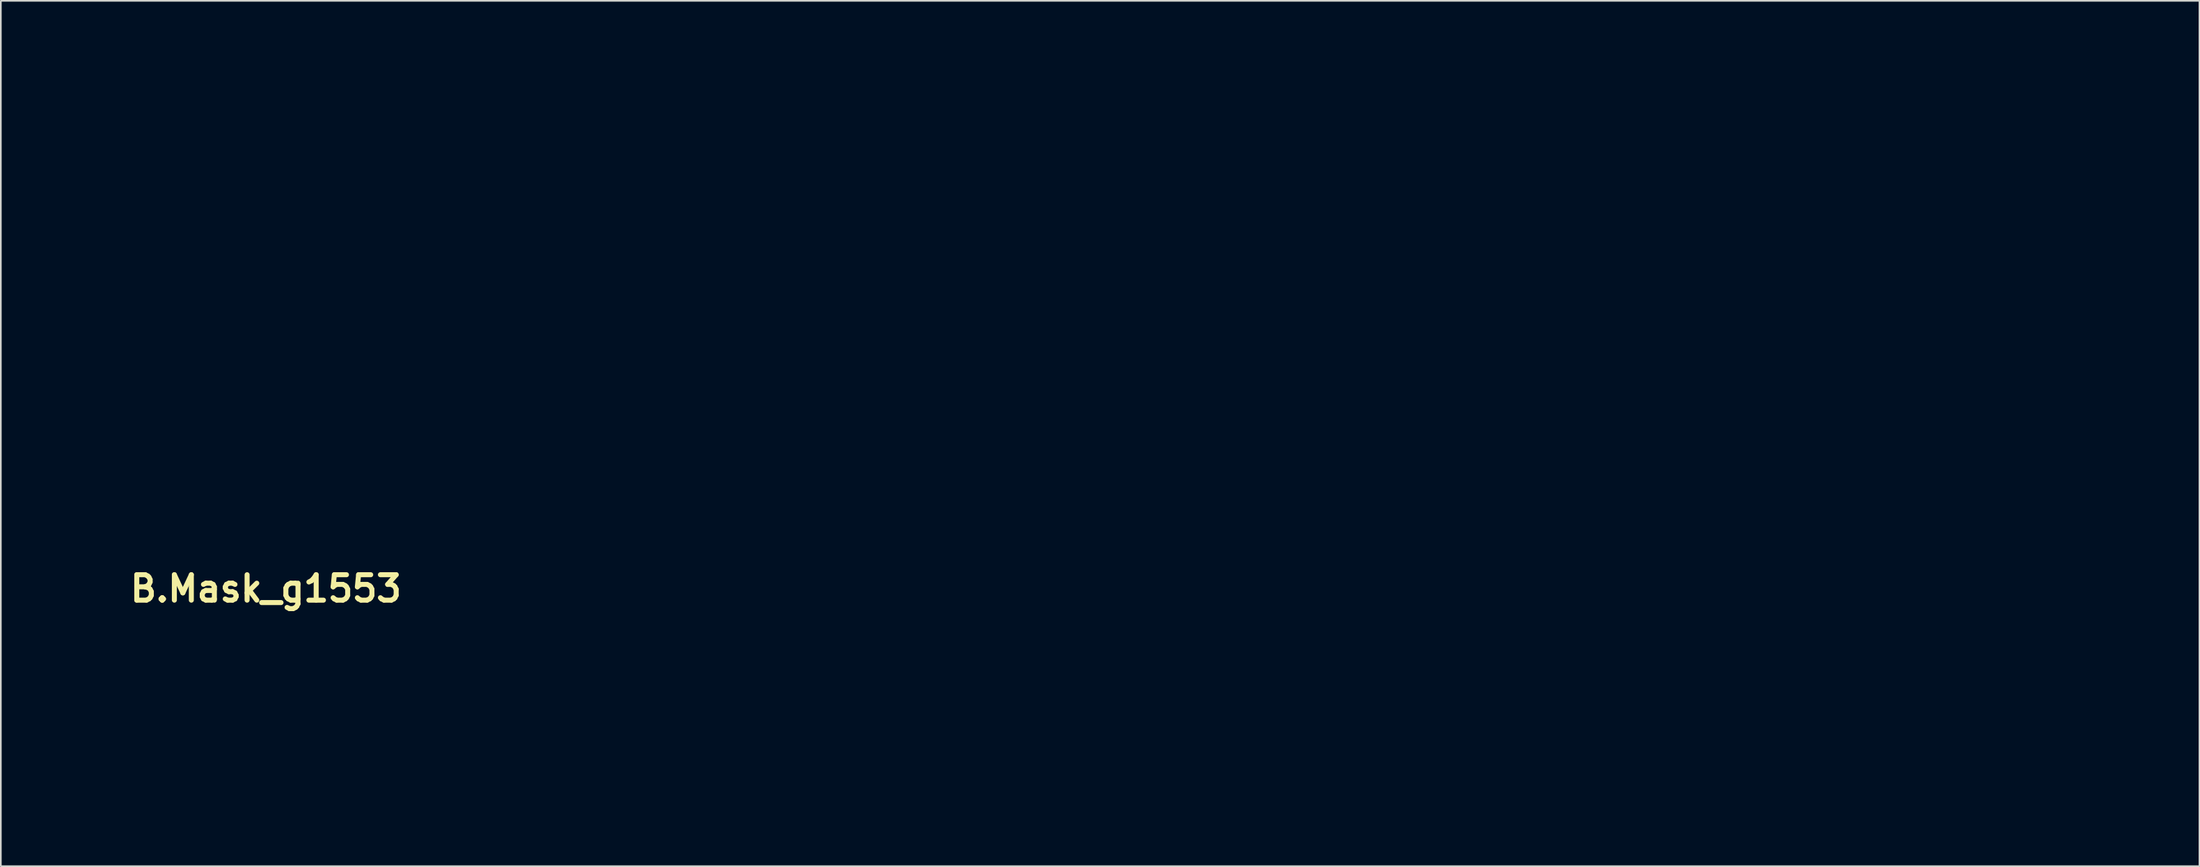
<source format=kicad_pcb>
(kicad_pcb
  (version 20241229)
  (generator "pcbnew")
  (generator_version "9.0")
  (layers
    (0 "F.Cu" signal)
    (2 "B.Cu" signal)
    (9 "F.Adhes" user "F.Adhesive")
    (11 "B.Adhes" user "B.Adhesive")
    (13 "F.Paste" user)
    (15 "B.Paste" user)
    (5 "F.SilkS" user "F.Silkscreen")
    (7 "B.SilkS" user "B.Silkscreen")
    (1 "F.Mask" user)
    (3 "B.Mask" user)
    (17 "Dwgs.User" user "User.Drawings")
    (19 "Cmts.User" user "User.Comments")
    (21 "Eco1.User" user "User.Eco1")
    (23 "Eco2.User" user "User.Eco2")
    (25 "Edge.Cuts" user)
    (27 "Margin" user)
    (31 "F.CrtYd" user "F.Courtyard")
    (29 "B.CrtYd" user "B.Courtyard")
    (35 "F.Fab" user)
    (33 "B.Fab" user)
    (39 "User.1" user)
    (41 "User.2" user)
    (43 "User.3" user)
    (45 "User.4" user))
  (footprint "B.Mask_g1553"
    (layer "F.Cu")
    (at 12.869 32.231)
    (property "Reference" "B.Mask_g1553" (at 0 0 0) (layer "F.SilkS") (effects (font (size 1.524 1.524) (thickness 0.3))))
    (attr through_hole)
    (fp_poly (pts (xy -11.912 10.923) (xy -11.77 10.985) (xy -11.643 11.076) (xy -11.536 11.194) (xy -11.455 11.339) (xy -11.418 11.45) (xy -11.395 11.62) (xy -11.413 11.786) (xy -11.466 11.943) (xy -11.554 12.084) (xy -11.673 12.204) (xy -11.802 12.287) (xy -11.88 12.322) (xy -11.954 12.342) (xy -12.045 12.352) (xy -12.094 12.355) (xy -12.211 12.354) (xy -12.31 12.343) (xy -12.354 12.332) (xy -12.508 12.262) (xy -12.636 12.163) (xy -12.737 12.041) (xy -12.81 11.902) (xy -12.853 11.751) (xy -12.864 11.596) (xy -12.843 11.44) (xy -12.787 11.291) (xy -12.696 11.153) (xy -12.654 11.107) (xy -12.519 11) (xy -12.372 10.929) (xy -12.218 10.894) (xy -12.063 10.893) (xy -11.912 10.923)) (stroke (width 0.01) (type solid)) (fill yes) (layer "B.Mask"))
    (fp_poly (pts (xy 112.254 0.019) (xy 112.403 0.084) (xy 112.537 0.181) (xy 112.651 0.309) (xy 112.715 0.419) (xy 112.748 0.518) (xy 112.766 0.642) (xy 112.768 0.776) (xy 112.754 0.903) (xy 112.724 1.009) (xy 112.719 1.021) (xy 112.649 1.136) (xy 112.551 1.247) (xy 112.439 1.34) (xy 112.357 1.388) (xy 112.222 1.434) (xy 112.072 1.455) (xy 111.924 1.449) (xy 111.809 1.422) (xy 111.653 1.347) (xy 111.525 1.245) (xy 111.426 1.123) (xy 111.355 0.985) (xy 111.315 0.837) (xy 111.305 0.684) (xy 111.327 0.533) (xy 111.381 0.388) (xy 111.468 0.255) (xy 111.589 0.14) (xy 111.621 0.117) (xy 111.774 0.036) (xy 111.934 -0.006) (xy 112.096 -0.011) (xy 112.254 0.019)) (stroke (width 0.01) (type solid)) (fill yes) (layer "B.Mask"))
    (fp_poly (pts (xy -8.135 -6.85) (xy -7.983 -6.798) (xy -7.848 -6.709) (xy -7.769 -6.632) (xy -7.674 -6.509) (xy -7.613 -6.383) (xy -7.585 -6.242) (xy -7.582 -6.096) (xy -7.602 -5.938) (xy -7.648 -5.806) (xy -7.723 -5.687) (xy -7.789 -5.614) (xy -7.919 -5.514) (xy -8.07 -5.443) (xy -8.234 -5.406) (xy -8.4 -5.404) (xy -8.513 -5.426) (xy -8.666 -5.49) (xy -8.802 -5.591) (xy -8.916 -5.722) (xy -8.969 -5.81) (xy -9.014 -5.932) (xy -9.036 -6.075) (xy -9.034 -6.223) (xy -9.009 -6.361) (xy -8.996 -6.398) (xy -8.923 -6.537) (xy -8.817 -6.662) (xy -8.689 -6.764) (xy -8.61 -6.806) (xy -8.529 -6.84) (xy -8.456 -6.858) (xy -8.372 -6.866) (xy -8.308 -6.867) (xy -8.135 -6.85)) (stroke (width 0.01) (type solid)) (fill yes) (layer "B.Mask"))
    (fp_poly (pts (xy -3.044 -17) (xy -2.892 -16.936) (xy -2.753 -16.835) (xy -2.698 -16.78) (xy -2.606 -16.656) (xy -2.549 -16.524) (xy -2.524 -16.374) (xy -2.524 -16.256) (xy -2.532 -16.149) (xy -2.548 -16.068) (xy -2.575 -15.995) (xy -2.59 -15.964) (xy -2.688 -15.815) (xy -2.813 -15.699) (xy -2.96 -15.618) (xy -3.128 -15.573) (xy -3.217 -15.564) (xy -3.32 -15.565) (xy -3.412 -15.574) (xy -3.461 -15.586) (xy -3.625 -15.658) (xy -3.758 -15.758) (xy -3.864 -15.889) (xy -3.895 -15.942) (xy -3.933 -16.019) (xy -3.956 -16.085) (xy -3.968 -16.16) (xy -3.975 -16.256) (xy -3.97 -16.423) (xy -3.935 -16.567) (xy -3.867 -16.696) (xy -3.8 -16.78) (xy -3.67 -16.896) (xy -3.523 -16.976) (xy -3.365 -17.02) (xy -3.204 -17.028) (xy -3.044 -17)) (stroke (width 0.01) (type solid)) (fill yes) (layer "B.Mask"))
    (fp_poly (pts (xy -10.778 12.164) (xy -10.624 12.202) (xy -10.48 12.273) (xy -10.351 12.376) (xy -10.243 12.511) (xy -10.199 12.59) (xy -10.175 12.647) (xy -10.16 12.706) (xy -10.152 12.779) (xy -10.15 12.881) (xy -10.15 12.89) (xy -10.151 12.993) (xy -10.158 13.068) (xy -10.172 13.129) (xy -10.196 13.19) (xy -10.204 13.208) (xy -10.292 13.347) (xy -10.412 13.468) (xy -10.554 13.559) (xy -10.556 13.56) (xy -10.691 13.607) (xy -10.842 13.627) (xy -10.993 13.62) (xy -11.106 13.593) (xy -11.269 13.515) (xy -11.403 13.408) (xy -11.505 13.277) (xy -11.573 13.126) (xy -11.605 12.96) (xy -11.597 12.782) (xy -11.596 12.777) (xy -11.549 12.608) (xy -11.465 12.46) (xy -11.384 12.369) (xy -11.245 12.262) (xy -11.094 12.194) (xy -10.936 12.161) (xy -10.778 12.164)) (stroke (width 0.01) (type solid)) (fill yes) (layer "B.Mask"))
    (fp_poly (pts (xy 73.781 -13.274) (xy 73.942 -13.223) (xy 73.949 -13.22) (xy 74.086 -13.137) (xy 74.206 -13.025) (xy 74.298 -12.896) (xy 74.31 -12.872) (xy 74.339 -12.809) (xy 74.357 -12.752) (xy 74.366 -12.687) (xy 74.369 -12.6) (xy 74.369 -12.552) (xy 74.367 -12.444) (xy 74.359 -12.365) (xy 74.343 -12.301) (xy 74.323 -12.251) (xy 74.252 -12.135) (xy 74.155 -12.024) (xy 74.043 -11.931) (xy 73.961 -11.883) (xy 73.825 -11.837) (xy 73.675 -11.816) (xy 73.527 -11.822) (xy 73.412 -11.849) (xy 73.248 -11.928) (xy 73.114 -12.036) (xy 73.013 -12.169) (xy 72.946 -12.325) (xy 72.915 -12.502) (xy 72.913 -12.567) (xy 72.934 -12.733) (xy 72.99 -12.884) (xy 73.076 -13.015) (xy 73.187 -13.124) (xy 73.318 -13.208) (xy 73.464 -13.263) (xy 73.62 -13.286) (xy 73.781 -13.274)) (stroke (width 0.01) (type solid)) (fill yes) (layer "B.Mask"))
    (fp_poly (pts (xy 102.444 -9.456) (xy 102.597 -9.388) (xy 102.732 -9.284) (xy 102.842 -9.148) (xy 102.871 -9.098) (xy 102.906 -9.032) (xy 102.927 -8.978) (xy 102.939 -8.922) (xy 102.943 -8.851) (xy 102.944 -8.763) (xy 102.942 -8.66) (xy 102.936 -8.585) (xy 102.921 -8.524) (xy 102.897 -8.463) (xy 102.889 -8.445) (xy 102.804 -8.309) (xy 102.688 -8.19) (xy 102.554 -8.099) (xy 102.531 -8.088) (xy 102.413 -8.049) (xy 102.276 -8.028) (xy 102.137 -8.027) (xy 102.013 -8.046) (xy 101.981 -8.056) (xy 101.828 -8.131) (xy 101.697 -8.235) (xy 101.595 -8.362) (xy 101.554 -8.438) (xy 101.501 -8.604) (xy 101.486 -8.77) (xy 101.507 -8.93) (xy 101.56 -9.08) (xy 101.643 -9.214) (xy 101.753 -9.327) (xy 101.888 -9.414) (xy 102.045 -9.469) (xy 102.094 -9.479) (xy 102.274 -9.487) (xy 102.444 -9.456)) (stroke (width 0.01) (type solid)) (fill yes) (layer "B.Mask"))
    (fp_poly (pts (xy -1.878 -32.224) (xy -1.803 -32.216) (xy -1.74 -32.2) (xy -1.673 -32.172) (xy -1.668 -32.17) (xy -1.533 -32.086) (xy -1.414 -31.975) (xy -1.324 -31.846) (xy -1.313 -31.824) (xy -1.271 -31.701) (xy -1.251 -31.557) (xy -1.254 -31.409) (xy -1.279 -31.272) (xy -1.291 -31.237) (xy -1.367 -31.091) (xy -1.474 -30.967) (xy -1.605 -30.87) (xy -1.754 -30.802) (xy -1.913 -30.768) (xy -2.076 -30.77) (xy -2.151 -30.784) (xy -2.31 -30.845) (xy -2.453 -30.94) (xy -2.571 -31.062) (xy -2.653 -31.197) (xy -2.686 -31.305) (xy -2.702 -31.437) (xy -2.699 -31.576) (xy -2.679 -31.709) (xy -2.644 -31.814) (xy -2.558 -31.95) (xy -2.442 -32.07) (xy -2.307 -32.161) (xy -2.286 -32.171) (xy -2.219 -32.199) (xy -2.157 -32.216) (xy -2.082 -32.224) (xy -1.981 -32.226) (xy -1.979 -32.226) (xy -1.878 -32.224)) (stroke (width 0.01) (type solid)) (fill yes) (layer "B.Mask"))
    (fp_poly (pts (xy -8.229 12.164) (xy -8.156 12.171) (xy -8.095 12.187) (xy -8.031 12.214) (xy -8.019 12.22) (xy -7.875 12.311) (xy -7.753 12.432) (xy -7.667 12.561) (xy -7.622 12.687) (xy -7.601 12.832) (xy -7.604 12.983) (xy -7.631 13.125) (xy -7.642 13.155) (xy -7.698 13.265) (xy -7.781 13.374) (xy -7.881 13.47) (xy -7.986 13.544) (xy -8.054 13.576) (xy -8.207 13.612) (xy -8.365 13.622) (xy -8.511 13.604) (xy -8.528 13.599) (xy -8.646 13.557) (xy -8.744 13.501) (xy -8.837 13.418) (xy -8.877 13.375) (xy -8.973 13.246) (xy -9.031 13.107) (xy -9.055 12.951) (xy -9.055 12.859) (xy -9.028 12.679) (xy -8.965 12.52) (xy -8.866 12.384) (xy -8.733 12.273) (xy -8.636 12.218) (xy -8.571 12.19) (xy -8.51 12.173) (xy -8.44 12.164) (xy -8.343 12.162) (xy -8.329 12.162) (xy -8.229 12.164)) (stroke (width 0.01) (type solid)) (fill yes) (layer "B.Mask"))
    (fp_poly (pts (xy 106.217 -27.555) (xy 106.319 -27.527) (xy 106.431 -27.469) (xy 106.543 -27.383) (xy 106.643 -27.28) (xy 106.718 -27.171) (xy 106.718 -27.169) (xy 106.744 -27.116) (xy 106.761 -27.066) (xy 106.77 -27.009) (xy 106.774 -26.933) (xy 106.775 -26.839) (xy 106.774 -26.736) (xy 106.77 -26.662) (xy 106.76 -26.607) (xy 106.742 -26.557) (xy 106.716 -26.505) (xy 106.616 -26.356) (xy 106.49 -26.239) (xy 106.343 -26.158) (xy 106.176 -26.113) (xy 106.099 -26.106) (xy 106.006 -26.106) (xy 105.915 -26.114) (xy 105.853 -26.126) (xy 105.708 -26.188) (xy 105.575 -26.284) (xy 105.463 -26.405) (xy 105.382 -26.544) (xy 105.369 -26.576) (xy 105.333 -26.725) (xy 105.327 -26.886) (xy 105.353 -27.044) (xy 105.396 -27.162) (xy 105.482 -27.293) (xy 105.6 -27.409) (xy 105.74 -27.5) (xy 105.766 -27.512) (xy 105.905 -27.556) (xy 106.061 -27.571) (xy 106.217 -27.555)) (stroke (width 0.01) (type solid)) (fill yes) (layer "B.Mask"))
    (fp_poly (pts (xy 108.728 -27.25) (xy 108.803 -27.24) (xy 108.869 -27.221) (xy 108.926 -27.196) (xy 109.081 -27.103) (xy 109.201 -26.985) (xy 109.289 -26.841) (xy 109.344 -26.669) (xy 109.349 -26.645) (xy 109.359 -26.478) (xy 109.331 -26.316) (xy 109.268 -26.167) (xy 109.173 -26.035) (xy 109.051 -25.926) (xy 108.904 -25.845) (xy 108.808 -25.814) (xy 108.679 -25.788) (xy 108.565 -25.786) (xy 108.448 -25.807) (xy 108.435 -25.81) (xy 108.272 -25.875) (xy 108.133 -25.975) (xy 108.018 -26.107) (xy 107.952 -26.225) (xy 107.923 -26.295) (xy 107.906 -26.362) (xy 107.899 -26.441) (xy 107.897 -26.522) (xy 107.9 -26.621) (xy 107.909 -26.696) (xy 107.929 -26.764) (xy 107.958 -26.834) (xy 108.048 -26.98) (xy 108.172 -27.101) (xy 108.326 -27.195) (xy 108.327 -27.196) (xy 108.399 -27.226) (xy 108.465 -27.243) (xy 108.544 -27.251) (xy 108.627 -27.252) (xy 108.728 -27.25)) (stroke (width 0.01) (type solid)) (fill yes) (layer "B.Mask"))
    (fp_poly (pts (xy 7.068 -4.954) (xy 7.209 -4.912) (xy 7.22 -4.907) (xy 7.372 -4.817) (xy 7.492 -4.699) (xy 7.583 -4.554) (xy 7.618 -4.478) (xy 7.639 -4.415) (xy 7.648 -4.349) (xy 7.651 -4.261) (xy 7.651 -4.234) (xy 7.649 -4.132) (xy 7.639 -4.056) (xy 7.619 -3.989) (xy 7.595 -3.933) (xy 7.514 -3.801) (xy 7.405 -3.683) (xy 7.28 -3.591) (xy 7.228 -3.564) (xy 7.103 -3.523) (xy 6.963 -3.502) (xy 6.824 -3.503) (xy 6.73 -3.52) (xy 6.564 -3.588) (xy 6.423 -3.689) (xy 6.31 -3.823) (xy 6.246 -3.936) (xy 6.217 -4.006) (xy 6.2 -4.073) (xy 6.193 -4.153) (xy 6.191 -4.234) (xy 6.193 -4.33) (xy 6.201 -4.4) (xy 6.219 -4.463) (xy 6.251 -4.535) (xy 6.26 -4.554) (xy 6.354 -4.702) (xy 6.475 -4.819) (xy 6.623 -4.908) (xy 6.76 -4.952) (xy 6.914 -4.967) (xy 7.068 -4.954)) (stroke (width 0.01) (type solid)) (fill yes) (layer "B.Mask"))
    (fp_poly (pts (xy 9.611 -28.427) (xy 9.751 -28.385) (xy 9.76 -28.381) (xy 9.912 -28.29) (xy 10.032 -28.173) (xy 10.123 -28.028) (xy 10.158 -27.952) (xy 10.179 -27.889) (xy 10.188 -27.823) (xy 10.191 -27.735) (xy 10.191 -27.708) (xy 10.189 -27.606) (xy 10.179 -27.53) (xy 10.159 -27.463) (xy 10.135 -27.407) (xy 10.054 -27.275) (xy 9.945 -27.157) (xy 9.82 -27.065) (xy 9.768 -27.038) (xy 9.643 -26.997) (xy 9.503 -26.976) (xy 9.364 -26.977) (xy 9.27 -26.994) (xy 9.104 -27.062) (xy 8.963 -27.163) (xy 8.85 -27.297) (xy 8.786 -27.41) (xy 8.757 -27.48) (xy 8.74 -27.547) (xy 8.733 -27.627) (xy 8.731 -27.708) (xy 8.733 -27.803) (xy 8.741 -27.874) (xy 8.759 -27.937) (xy 8.791 -28.008) (xy 8.8 -28.028) (xy 8.894 -28.176) (xy 9.015 -28.293) (xy 9.163 -28.381) (xy 9.301 -28.425) (xy 9.456 -28.441) (xy 9.611 -28.427)) (stroke (width 0.01) (type solid)) (fill yes) (layer "B.Mask"))
    (fp_poly (pts (xy 75.685 -13.26) (xy 75.759 -13.247) (xy 75.826 -13.224) (xy 75.9 -13.187) (xy 76.042 -13.09) (xy 76.154 -12.964) (xy 76.226 -12.836) (xy 76.251 -12.771) (xy 76.266 -12.703) (xy 76.273 -12.618) (xy 76.274 -12.541) (xy 76.271 -12.435) (xy 76.262 -12.357) (xy 76.245 -12.291) (xy 76.226 -12.247) (xy 76.135 -12.094) (xy 76.018 -11.973) (xy 75.9 -11.895) (xy 75.829 -11.859) (xy 75.768 -11.837) (xy 75.701 -11.825) (xy 75.614 -11.819) (xy 75.576 -11.817) (xy 75.469 -11.816) (xy 75.389 -11.822) (xy 75.321 -11.838) (xy 75.275 -11.854) (xy 75.127 -11.934) (xy 75.007 -12.04) (xy 74.915 -12.168) (xy 74.853 -12.311) (xy 74.821 -12.463) (xy 74.822 -12.62) (xy 74.854 -12.774) (xy 74.921 -12.921) (xy 75.022 -13.053) (xy 75.063 -13.093) (xy 75.186 -13.184) (xy 75.319 -13.241) (xy 75.469 -13.267) (xy 75.586 -13.267) (xy 75.685 -13.26)) (stroke (width 0.01) (type solid)) (fill yes) (layer "B.Mask"))
    (fp_poly (pts (xy 103.812 -1.894) (xy 103.913 -1.891) (xy 103.986 -1.883) (xy 104.048 -1.867) (xy 104.114 -1.839) (xy 104.122 -1.835) (xy 104.237 -1.762) (xy 104.348 -1.66) (xy 104.44 -1.545) (xy 104.485 -1.465) (xy 104.509 -1.404) (xy 104.523 -1.339) (xy 104.53 -1.256) (xy 104.532 -1.164) (xy 104.53 -1.063) (xy 104.524 -0.99) (xy 104.51 -0.932) (xy 104.487 -0.873) (xy 104.473 -0.844) (xy 104.381 -0.703) (xy 104.261 -0.589) (xy 104.12 -0.503) (xy 103.963 -0.449) (xy 103.798 -0.431) (xy 103.633 -0.45) (xy 103.611 -0.456) (xy 103.452 -0.521) (xy 103.316 -0.618) (xy 103.208 -0.742) (xy 103.13 -0.888) (xy 103.085 -1.05) (xy 103.078 -1.224) (xy 103.083 -1.28) (xy 103.126 -1.443) (xy 103.206 -1.59) (xy 103.318 -1.717) (xy 103.458 -1.816) (xy 103.501 -1.838) (xy 103.568 -1.867) (xy 103.63 -1.884) (xy 103.702 -1.892) (xy 103.799 -1.894) (xy 103.812 -1.894)) (stroke (width 0.01) (type solid)) (fill yes) (layer "B.Mask"))
    (fp_poly (pts (xy -9.509 10.892) (xy -9.437 10.898) (xy -9.378 10.911) (xy -9.32 10.934) (xy -9.29 10.949) (xy -9.175 11.022) (xy -9.065 11.122) (xy -8.974 11.235) (xy -8.926 11.32) (xy -8.902 11.386) (xy -8.887 11.46) (xy -8.881 11.555) (xy -8.88 11.61) (xy -8.882 11.71) (xy -8.889 11.783) (xy -8.905 11.846) (xy -8.932 11.913) (xy -8.939 11.927) (xy -9.018 12.057) (xy -9.125 12.171) (xy -9.247 12.259) (xy -9.326 12.297) (xy -9.434 12.328) (xy -9.55 12.348) (xy -9.658 12.353) (xy -9.716 12.348) (xy -9.888 12.297) (xy -10.039 12.211) (xy -10.164 12.095) (xy -10.26 11.951) (xy -10.321 11.784) (xy -10.322 11.783) (xy -10.344 11.612) (xy -10.325 11.446) (xy -10.269 11.291) (xy -10.177 11.152) (xy -10.051 11.032) (xy -9.923 10.95) (xy -9.863 10.922) (xy -9.809 10.904) (xy -9.746 10.895) (xy -9.66 10.891) (xy -9.61 10.891) (xy -9.509 10.892)) (stroke (width 0.01) (type solid)) (fill yes) (layer "B.Mask"))
    (fp_poly (pts (xy -2.506 -1.131) (xy -2.438 -1.126) (xy -2.383 -1.114) (xy -2.328 -1.091) (xy -2.269 -1.06) (xy -2.119 -0.957) (xy -2.005 -0.832) (xy -1.927 -0.685) (xy -1.885 -0.516) (xy -1.877 -0.402) (xy -1.88 -0.301) (xy -1.894 -0.221) (xy -1.923 -0.14) (xy -1.935 -0.114) (xy -2.02 0.029) (xy -2.135 0.149) (xy -2.271 0.241) (xy -2.422 0.303) (xy -2.581 0.329) (xy -2.741 0.318) (xy -2.746 0.317) (xy -2.917 0.262) (xy -3.065 0.171) (xy -3.187 0.047) (xy -3.261 -0.067) (xy -3.295 -0.134) (xy -3.316 -0.188) (xy -3.328 -0.244) (xy -3.333 -0.316) (xy -3.333 -0.402) (xy -3.331 -0.51) (xy -3.324 -0.588) (xy -3.308 -0.651) (xy -3.288 -0.703) (xy -3.217 -0.819) (xy -3.118 -0.931) (xy -3.005 -1.025) (xy -2.924 -1.074) (xy -2.86 -1.102) (xy -2.803 -1.12) (xy -2.738 -1.129) (xy -2.651 -1.132) (xy -2.603 -1.132) (xy -2.506 -1.131)) (stroke (width 0.01) (type solid)) (fill yes) (layer "B.Mask")))
  (gr_rect
    (start -3 -3)
    (end 128.642 48.864)
    (stroke (width 0.1) (type default))
    (fill no)
    (layer "Edge.Cuts")))
</source>
